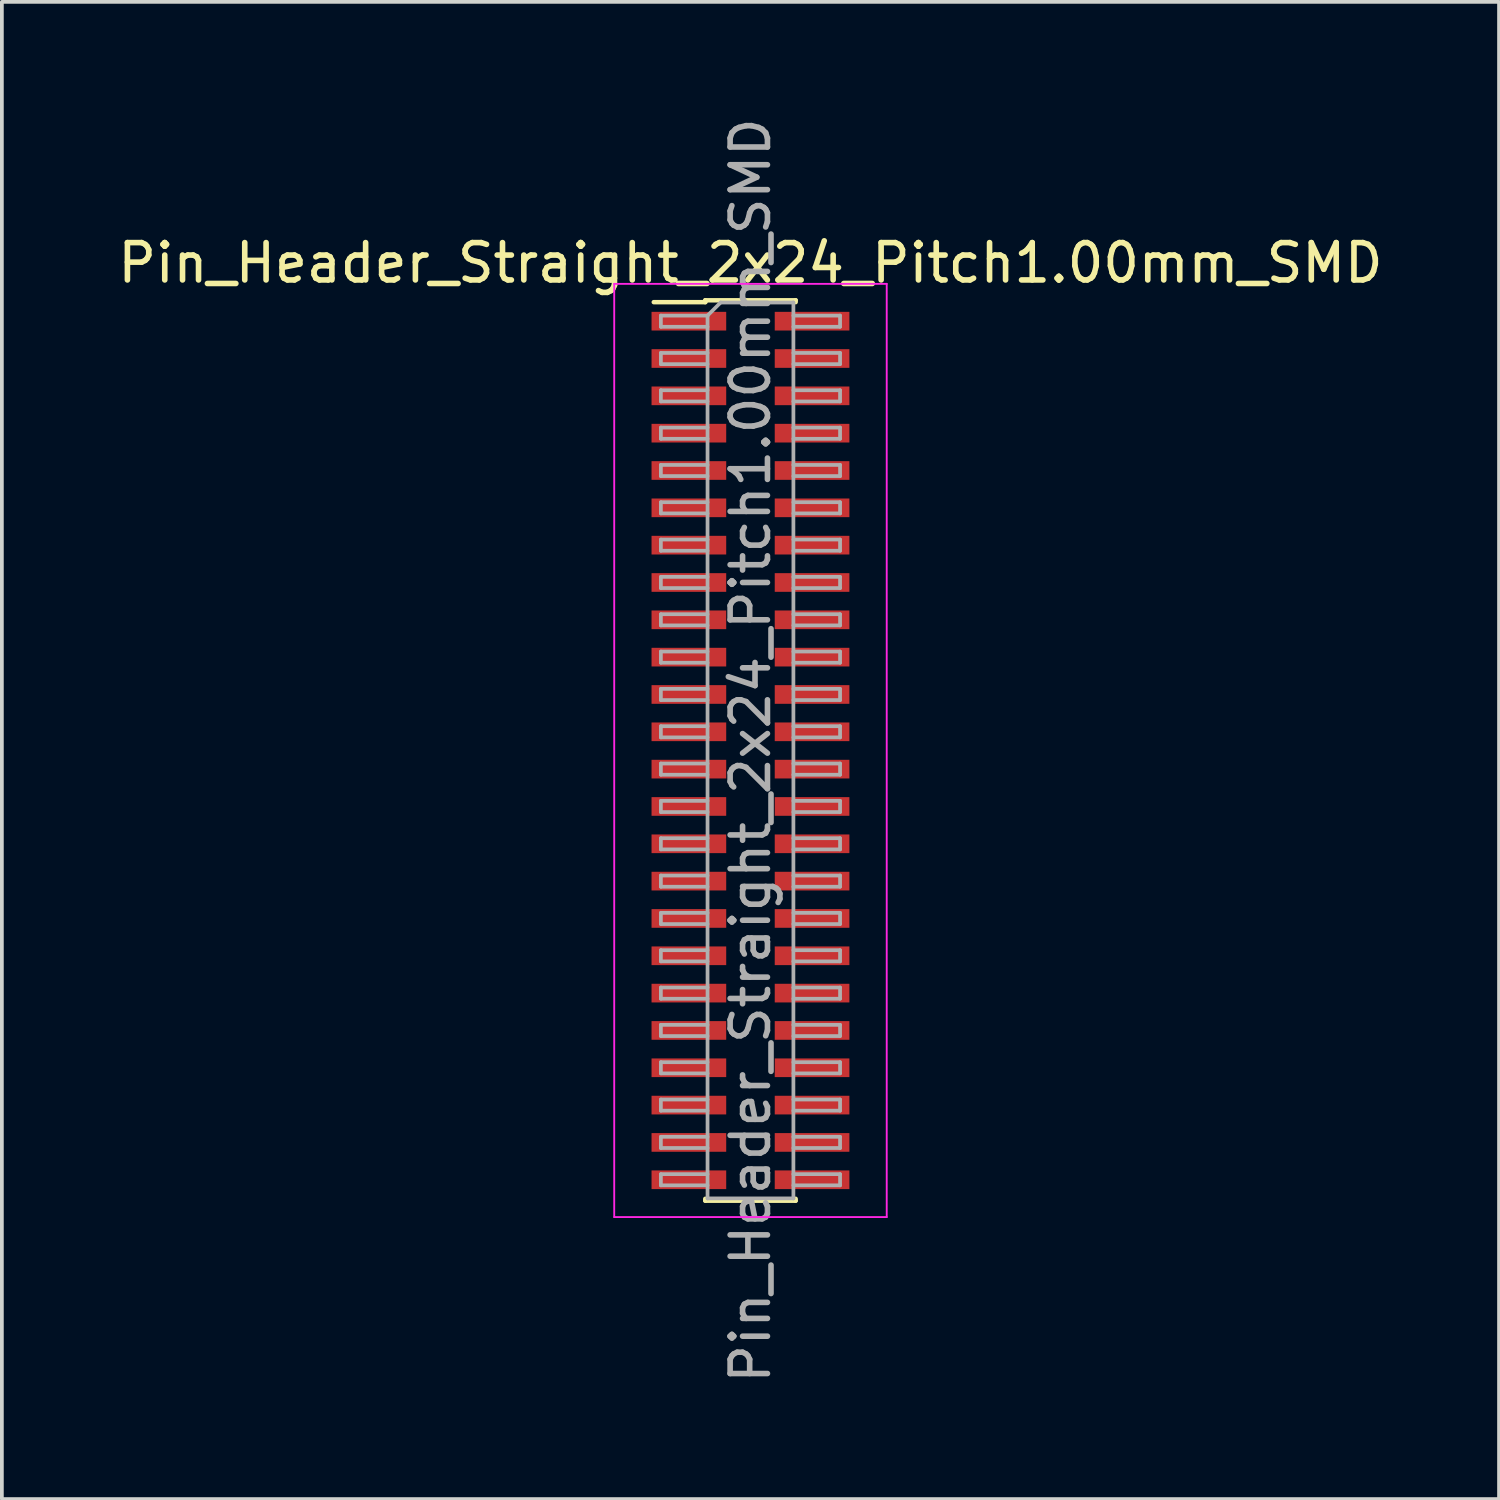
<source format=kicad_pcb>
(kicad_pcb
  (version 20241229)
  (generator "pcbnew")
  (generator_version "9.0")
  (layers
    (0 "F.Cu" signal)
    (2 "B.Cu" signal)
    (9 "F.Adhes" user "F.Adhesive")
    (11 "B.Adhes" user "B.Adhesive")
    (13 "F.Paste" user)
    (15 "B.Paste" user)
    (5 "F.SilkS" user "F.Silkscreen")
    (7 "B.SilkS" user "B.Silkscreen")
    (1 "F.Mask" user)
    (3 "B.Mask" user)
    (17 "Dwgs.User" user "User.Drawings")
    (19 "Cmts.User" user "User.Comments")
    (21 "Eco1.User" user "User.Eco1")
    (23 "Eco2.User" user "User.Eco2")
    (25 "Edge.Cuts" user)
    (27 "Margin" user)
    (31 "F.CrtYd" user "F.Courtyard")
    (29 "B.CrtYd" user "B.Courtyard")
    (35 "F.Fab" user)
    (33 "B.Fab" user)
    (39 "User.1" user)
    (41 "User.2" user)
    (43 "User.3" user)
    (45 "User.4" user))
  (footprint "Pin_Header_Straight_2x24_Pitch1.00mm_SMD"
    (layer "F.Cu")
    (at 17.054 17.054)
    (property "Reference" "Pin_Header_Straight_2x24_Pitch1.00mm_SMD" (at 0 -13.06 0) (layer "F.SilkS") (effects (font (size 1 1) (thickness 0.15))))
    (attr smd)
    (fp_line (start -2.59 -12.01) (end -1.21 -12.01) (stroke (width 0.12) (type solid)) (layer "F.SilkS"))
    (fp_line (start -1.21 -12.06) (end -1.21 -12.01) (stroke (width 0.12) (type solid)) (layer "F.SilkS"))
    (fp_line (start -1.21 -12.06) (end 1.21 -12.06) (stroke (width 0.12) (type solid)) (layer "F.SilkS"))
    (fp_line (start -1.21 12.01) (end -1.21 12.06) (stroke (width 0.12) (type solid)) (layer "F.SilkS"))
    (fp_line (start -1.21 12.06) (end 1.21 12.06) (stroke (width 0.12) (type solid)) (layer "F.SilkS"))
    (fp_line (start 1.21 -12.06) (end 1.21 -12.01) (stroke (width 0.12) (type solid)) (layer "F.SilkS"))
    (fp_line (start 1.21 12.01) (end 1.21 12.06) (stroke (width 0.12) (type solid)) (layer "F.SilkS"))
    (fp_line (start -3.65 -12.5) (end -3.65 12.5) (stroke (width 0.05) (type solid)) (layer "F.CrtYd"))
    (fp_line (start -3.65 12.5) (end 3.65 12.5) (stroke (width 0.05) (type solid)) (layer "F.CrtYd"))
    (fp_line (start 3.65 -12.5) (end -3.65 -12.5) (stroke (width 0.05) (type solid)) (layer "F.CrtYd"))
    (fp_line (start 3.65 12.5) (end 3.65 -12.5) (stroke (width 0.05) (type solid)) (layer "F.CrtYd"))
    (fp_line (start -2.4 -11.65) (end -2.4 -11.35) (stroke (width 0.1) (type solid)) (layer "F.Fab"))
    (fp_line (start -2.4 -11.35) (end -1.15 -11.35) (stroke (width 0.1) (type solid)) (layer "F.Fab"))
    (fp_line (start -2.4 -10.65) (end -2.4 -10.35) (stroke (width 0.1) (type solid)) (layer "F.Fab"))
    (fp_line (start -2.4 -10.35) (end -1.15 -10.35) (stroke (width 0.1) (type solid)) (layer "F.Fab"))
    (fp_line (start -2.4 -9.65) (end -2.4 -9.35) (stroke (width 0.1) (type solid)) (layer "F.Fab"))
    (fp_line (start -2.4 -9.35) (end -1.15 -9.35) (stroke (width 0.1) (type solid)) (layer "F.Fab"))
    (fp_line (start -2.4 -8.65) (end -2.4 -8.35) (stroke (width 0.1) (type solid)) (layer "F.Fab"))
    (fp_line (start -2.4 -8.35) (end -1.15 -8.35) (stroke (width 0.1) (type solid)) (layer "F.Fab"))
    (fp_line (start -2.4 -7.65) (end -2.4 -7.35) (stroke (width 0.1) (type solid)) (layer "F.Fab"))
    (fp_line (start -2.4 -7.35) (end -1.15 -7.35) (stroke (width 0.1) (type solid)) (layer "F.Fab"))
    (fp_line (start -2.4 -6.65) (end -2.4 -6.35) (stroke (width 0.1) (type solid)) (layer "F.Fab"))
    (fp_line (start -2.4 -6.35) (end -1.15 -6.35) (stroke (width 0.1) (type solid)) (layer "F.Fab"))
    (fp_line (start -2.4 -5.65) (end -2.4 -5.35) (stroke (width 0.1) (type solid)) (layer "F.Fab"))
    (fp_line (start -2.4 -5.35) (end -1.15 -5.35) (stroke (width 0.1) (type solid)) (layer "F.Fab"))
    (fp_line (start -2.4 -4.65) (end -2.4 -4.35) (stroke (width 0.1) (type solid)) (layer "F.Fab"))
    (fp_line (start -2.4 -4.35) (end -1.15 -4.35) (stroke (width 0.1) (type solid)) (layer "F.Fab"))
    (fp_line (start -2.4 -3.65) (end -2.4 -3.35) (stroke (width 0.1) (type solid)) (layer "F.Fab"))
    (fp_line (start -2.4 -3.35) (end -1.15 -3.35) (stroke (width 0.1) (type solid)) (layer "F.Fab"))
    (fp_line (start -2.4 -2.65) (end -2.4 -2.35) (stroke (width 0.1) (type solid)) (layer "F.Fab"))
    (fp_line (start -2.4 -2.35) (end -1.15 -2.35) (stroke (width 0.1) (type solid)) (layer "F.Fab"))
    (fp_line (start -2.4 -1.65) (end -2.4 -1.35) (stroke (width 0.1) (type solid)) (layer "F.Fab"))
    (fp_line (start -2.4 -1.35) (end -1.15 -1.35) (stroke (width 0.1) (type solid)) (layer "F.Fab"))
    (fp_line (start -2.4 -0.65) (end -2.4 -0.35) (stroke (width 0.1) (type solid)) (layer "F.Fab"))
    (fp_line (start -2.4 -0.35) (end -1.15 -0.35) (stroke (width 0.1) (type solid)) (layer "F.Fab"))
    (fp_line (start -2.4 0.35) (end -2.4 0.65) (stroke (width 0.1) (type solid)) (layer "F.Fab"))
    (fp_line (start -2.4 0.65) (end -1.15 0.65) (stroke (width 0.1) (type solid)) (layer "F.Fab"))
    (fp_line (start -2.4 1.35) (end -2.4 1.65) (stroke (width 0.1) (type solid)) (layer "F.Fab"))
    (fp_line (start -2.4 1.65) (end -1.15 1.65) (stroke (width 0.1) (type solid)) (layer "F.Fab"))
    (fp_line (start -2.4 2.35) (end -2.4 2.65) (stroke (width 0.1) (type solid)) (layer "F.Fab"))
    (fp_line (start -2.4 2.65) (end -1.15 2.65) (stroke (width 0.1) (type solid)) (layer "F.Fab"))
    (fp_line (start -2.4 3.35) (end -2.4 3.65) (stroke (width 0.1) (type solid)) (layer "F.Fab"))
    (fp_line (start -2.4 3.65) (end -1.15 3.65) (stroke (width 0.1) (type solid)) (layer "F.Fab"))
    (fp_line (start -2.4 4.35) (end -2.4 4.65) (stroke (width 0.1) (type solid)) (layer "F.Fab"))
    (fp_line (start -2.4 4.65) (end -1.15 4.65) (stroke (width 0.1) (type solid)) (layer "F.Fab"))
    (fp_line (start -2.4 5.35) (end -2.4 5.65) (stroke (width 0.1) (type solid)) (layer "F.Fab"))
    (fp_line (start -2.4 5.65) (end -1.15 5.65) (stroke (width 0.1) (type solid)) (layer "F.Fab"))
    (fp_line (start -2.4 6.35) (end -2.4 6.65) (stroke (width 0.1) (type solid)) (layer "F.Fab"))
    (fp_line (start -2.4 6.65) (end -1.15 6.65) (stroke (width 0.1) (type solid)) (layer "F.Fab"))
    (fp_line (start -2.4 7.35) (end -2.4 7.65) (stroke (width 0.1) (type solid)) (layer "F.Fab"))
    (fp_line (start -2.4 7.65) (end -1.15 7.65) (stroke (width 0.1) (type solid)) (layer "F.Fab"))
    (fp_line (start -2.4 8.35) (end -2.4 8.65) (stroke (width 0.1) (type solid)) (layer "F.Fab"))
    (fp_line (start -2.4 8.65) (end -1.15 8.65) (stroke (width 0.1) (type solid)) (layer "F.Fab"))
    (fp_line (start -2.4 9.35) (end -2.4 9.65) (stroke (width 0.1) (type solid)) (layer "F.Fab"))
    (fp_line (start -2.4 9.65) (end -1.15 9.65) (stroke (width 0.1) (type solid)) (layer "F.Fab"))
    (fp_line (start -2.4 10.35) (end -2.4 10.65) (stroke (width 0.1) (type solid)) (layer "F.Fab"))
    (fp_line (start -2.4 10.65) (end -1.15 10.65) (stroke (width 0.1) (type solid)) (layer "F.Fab"))
    (fp_line (start -2.4 11.35) (end -2.4 11.65) (stroke (width 0.1) (type solid)) (layer "F.Fab"))
    (fp_line (start -2.4 11.65) (end -1.15 11.65) (stroke (width 0.1) (type solid)) (layer "F.Fab"))
    (fp_line (start -1.15 -11.65) (end -2.4 -11.65) (stroke (width 0.1) (type solid)) (layer "F.Fab"))
    (fp_line (start -1.15 -11.65) (end -0.8 -12) (stroke (width 0.1) (type solid)) (layer "F.Fab"))
    (fp_line (start -1.15 -10.65) (end -2.4 -10.65) (stroke (width 0.1) (type solid)) (layer "F.Fab"))
    (fp_line (start -1.15 -9.65) (end -2.4 -9.65) (stroke (width 0.1) (type solid)) (layer "F.Fab"))
    (fp_line (start -1.15 -8.65) (end -2.4 -8.65) (stroke (width 0.1) (type solid)) (layer "F.Fab"))
    (fp_line (start -1.15 -7.65) (end -2.4 -7.65) (stroke (width 0.1) (type solid)) (layer "F.Fab"))
    (fp_line (start -1.15 -6.65) (end -2.4 -6.65) (stroke (width 0.1) (type solid)) (layer "F.Fab"))
    (fp_line (start -1.15 -5.65) (end -2.4 -5.65) (stroke (width 0.1) (type solid)) (layer "F.Fab"))
    (fp_line (start -1.15 -4.65) (end -2.4 -4.65) (stroke (width 0.1) (type solid)) (layer "F.Fab"))
    (fp_line (start -1.15 -3.65) (end -2.4 -3.65) (stroke (width 0.1) (type solid)) (layer "F.Fab"))
    (fp_line (start -1.15 -2.65) (end -2.4 -2.65) (stroke (width 0.1) (type solid)) (layer "F.Fab"))
    (fp_line (start -1.15 -1.65) (end -2.4 -1.65) (stroke (width 0.1) (type solid)) (layer "F.Fab"))
    (fp_line (start -1.15 -0.65) (end -2.4 -0.65) (stroke (width 0.1) (type solid)) (layer "F.Fab"))
    (fp_line (start -1.15 0.35) (end -2.4 0.35) (stroke (width 0.1) (type solid)) (layer "F.Fab"))
    (fp_line (start -1.15 1.35) (end -2.4 1.35) (stroke (width 0.1) (type solid)) (layer "F.Fab"))
    (fp_line (start -1.15 2.35) (end -2.4 2.35) (stroke (width 0.1) (type solid)) (layer "F.Fab"))
    (fp_line (start -1.15 3.35) (end -2.4 3.35) (stroke (width 0.1) (type solid)) (layer "F.Fab"))
    (fp_line (start -1.15 4.35) (end -2.4 4.35) (stroke (width 0.1) (type solid)) (layer "F.Fab"))
    (fp_line (start -1.15 5.35) (end -2.4 5.35) (stroke (width 0.1) (type solid)) (layer "F.Fab"))
    (fp_line (start -1.15 6.35) (end -2.4 6.35) (stroke (width 0.1) (type solid)) (layer "F.Fab"))
    (fp_line (start -1.15 7.35) (end -2.4 7.35) (stroke (width 0.1) (type solid)) (layer "F.Fab"))
    (fp_line (start -1.15 8.35) (end -2.4 8.35) (stroke (width 0.1) (type solid)) (layer "F.Fab"))
    (fp_line (start -1.15 9.35) (end -2.4 9.35) (stroke (width 0.1) (type solid)) (layer "F.Fab"))
    (fp_line (start -1.15 10.35) (end -2.4 10.35) (stroke (width 0.1) (type solid)) (layer "F.Fab"))
    (fp_line (start -1.15 11.35) (end -2.4 11.35) (stroke (width 0.1) (type solid)) (layer "F.Fab"))
    (fp_line (start -1.15 12) (end -1.15 -11.65) (stroke (width 0.1) (type solid)) (layer "F.Fab"))
    (fp_line (start -0.8 -12) (end 1.15 -12) (stroke (width 0.1) (type solid)) (layer "F.Fab"))
    (fp_line (start 1.15 -12) (end 1.15 12) (stroke (width 0.1) (type solid)) (layer "F.Fab"))
    (fp_line (start 1.15 -11.65) (end 2.4 -11.65) (stroke (width 0.1) (type solid)) (layer "F.Fab"))
    (fp_line (start 1.15 -10.65) (end 2.4 -10.65) (stroke (width 0.1) (type solid)) (layer "F.Fab"))
    (fp_line (start 1.15 -9.65) (end 2.4 -9.65) (stroke (width 0.1) (type solid)) (layer "F.Fab"))
    (fp_line (start 1.15 -8.65) (end 2.4 -8.65) (stroke (width 0.1) (type solid)) (layer "F.Fab"))
    (fp_line (start 1.15 -7.65) (end 2.4 -7.65) (stroke (width 0.1) (type solid)) (layer "F.Fab"))
    (fp_line (start 1.15 -6.65) (end 2.4 -6.65) (stroke (width 0.1) (type solid)) (layer "F.Fab"))
    (fp_line (start 1.15 -5.65) (end 2.4 -5.65) (stroke (width 0.1) (type solid)) (layer "F.Fab"))
    (fp_line (start 1.15 -4.65) (end 2.4 -4.65) (stroke (width 0.1) (type solid)) (layer "F.Fab"))
    (fp_line (start 1.15 -3.65) (end 2.4 -3.65) (stroke (width 0.1) (type solid)) (layer "F.Fab"))
    (fp_line (start 1.15 -2.65) (end 2.4 -2.65) (stroke (width 0.1) (type solid)) (layer "F.Fab"))
    (fp_line (start 1.15 -1.65) (end 2.4 -1.65) (stroke (width 0.1) (type solid)) (layer "F.Fab"))
    (fp_line (start 1.15 -0.65) (end 2.4 -0.65) (stroke (width 0.1) (type solid)) (layer "F.Fab"))
    (fp_line (start 1.15 0.35) (end 2.4 0.35) (stroke (width 0.1) (type solid)) (layer "F.Fab"))
    (fp_line (start 1.15 1.35) (end 2.4 1.35) (stroke (width 0.1) (type solid)) (layer "F.Fab"))
    (fp_line (start 1.15 2.35) (end 2.4 2.35) (stroke (width 0.1) (type solid)) (layer "F.Fab"))
    (fp_line (start 1.15 3.35) (end 2.4 3.35) (stroke (width 0.1) (type solid)) (layer "F.Fab"))
    (fp_line (start 1.15 4.35) (end 2.4 4.35) (stroke (width 0.1) (type solid)) (layer "F.Fab"))
    (fp_line (start 1.15 5.35) (end 2.4 5.35) (stroke (width 0.1) (type solid)) (layer "F.Fab"))
    (fp_line (start 1.15 6.35) (end 2.4 6.35) (stroke (width 0.1) (type solid)) (layer "F.Fab"))
    (fp_line (start 1.15 7.35) (end 2.4 7.35) (stroke (width 0.1) (type solid)) (layer "F.Fab"))
    (fp_line (start 1.15 8.35) (end 2.4 8.35) (stroke (width 0.1) (type solid)) (layer "F.Fab"))
    (fp_line (start 1.15 9.35) (end 2.4 9.35) (stroke (width 0.1) (type solid)) (layer "F.Fab"))
    (fp_line (start 1.15 10.35) (end 2.4 10.35) (stroke (width 0.1) (type solid)) (layer "F.Fab"))
    (fp_line (start 1.15 11.35) (end 2.4 11.35) (stroke (width 0.1) (type solid)) (layer "F.Fab"))
    (fp_line (start 1.15 12) (end -1.15 12) (stroke (width 0.1) (type solid)) (layer "F.Fab"))
    (fp_line (start 2.4 -11.65) (end 2.4 -11.35) (stroke (width 0.1) (type solid)) (layer "F.Fab"))
    (fp_line (start 2.4 -11.35) (end 1.15 -11.35) (stroke (width 0.1) (type solid)) (layer "F.Fab"))
    (fp_line (start 2.4 -10.65) (end 2.4 -10.35) (stroke (width 0.1) (type solid)) (layer "F.Fab"))
    (fp_line (start 2.4 -10.35) (end 1.15 -10.35) (stroke (width 0.1) (type solid)) (layer "F.Fab"))
    (fp_line (start 2.4 -9.65) (end 2.4 -9.35) (stroke (width 0.1) (type solid)) (layer "F.Fab"))
    (fp_line (start 2.4 -9.35) (end 1.15 -9.35) (stroke (width 0.1) (type solid)) (layer "F.Fab"))
    (fp_line (start 2.4 -8.65) (end 2.4 -8.35) (stroke (width 0.1) (type solid)) (layer "F.Fab"))
    (fp_line (start 2.4 -8.35) (end 1.15 -8.35) (stroke (width 0.1) (type solid)) (layer "F.Fab"))
    (fp_line (start 2.4 -7.65) (end 2.4 -7.35) (stroke (width 0.1) (type solid)) (layer "F.Fab"))
    (fp_line (start 2.4 -7.35) (end 1.15 -7.35) (stroke (width 0.1) (type solid)) (layer "F.Fab"))
    (fp_line (start 2.4 -6.65) (end 2.4 -6.35) (stroke (width 0.1) (type solid)) (layer "F.Fab"))
    (fp_line (start 2.4 -6.35) (end 1.15 -6.35) (stroke (width 0.1) (type solid)) (layer "F.Fab"))
    (fp_line (start 2.4 -5.65) (end 2.4 -5.35) (stroke (width 0.1) (type solid)) (layer "F.Fab"))
    (fp_line (start 2.4 -5.35) (end 1.15 -5.35) (stroke (width 0.1) (type solid)) (layer "F.Fab"))
    (fp_line (start 2.4 -4.65) (end 2.4 -4.35) (stroke (width 0.1) (type solid)) (layer "F.Fab"))
    (fp_line (start 2.4 -4.35) (end 1.15 -4.35) (stroke (width 0.1) (type solid)) (layer "F.Fab"))
    (fp_line (start 2.4 -3.65) (end 2.4 -3.35) (stroke (width 0.1) (type solid)) (layer "F.Fab"))
    (fp_line (start 2.4 -3.35) (end 1.15 -3.35) (stroke (width 0.1) (type solid)) (layer "F.Fab"))
    (fp_line (start 2.4 -2.65) (end 2.4 -2.35) (stroke (width 0.1) (type solid)) (layer "F.Fab"))
    (fp_line (start 2.4 -2.35) (end 1.15 -2.35) (stroke (width 0.1) (type solid)) (layer "F.Fab"))
    (fp_line (start 2.4 -1.65) (end 2.4 -1.35) (stroke (width 0.1) (type solid)) (layer "F.Fab"))
    (fp_line (start 2.4 -1.35) (end 1.15 -1.35) (stroke (width 0.1) (type solid)) (layer "F.Fab"))
    (fp_line (start 2.4 -0.65) (end 2.4 -0.35) (stroke (width 0.1) (type solid)) (layer "F.Fab"))
    (fp_line (start 2.4 -0.35) (end 1.15 -0.35) (stroke (width 0.1) (type solid)) (layer "F.Fab"))
    (fp_line (start 2.4 0.35) (end 2.4 0.65) (stroke (width 0.1) (type solid)) (layer "F.Fab"))
    (fp_line (start 2.4 0.65) (end 1.15 0.65) (stroke (width 0.1) (type solid)) (layer "F.Fab"))
    (fp_line (start 2.4 1.35) (end 2.4 1.65) (stroke (width 0.1) (type solid)) (layer "F.Fab"))
    (fp_line (start 2.4 1.65) (end 1.15 1.65) (stroke (width 0.1) (type solid)) (layer "F.Fab"))
    (fp_line (start 2.4 2.35) (end 2.4 2.65) (stroke (width 0.1) (type solid)) (layer "F.Fab"))
    (fp_line (start 2.4 2.65) (end 1.15 2.65) (stroke (width 0.1) (type solid)) (layer "F.Fab"))
    (fp_line (start 2.4 3.35) (end 2.4 3.65) (stroke (width 0.1) (type solid)) (layer "F.Fab"))
    (fp_line (start 2.4 3.65) (end 1.15 3.65) (stroke (width 0.1) (type solid)) (layer "F.Fab"))
    (fp_line (start 2.4 4.35) (end 2.4 4.65) (stroke (width 0.1) (type solid)) (layer "F.Fab"))
    (fp_line (start 2.4 4.65) (end 1.15 4.65) (stroke (width 0.1) (type solid)) (layer "F.Fab"))
    (fp_line (start 2.4 5.35) (end 2.4 5.65) (stroke (width 0.1) (type solid)) (layer "F.Fab"))
    (fp_line (start 2.4 5.65) (end 1.15 5.65) (stroke (width 0.1) (type solid)) (layer "F.Fab"))
    (fp_line (start 2.4 6.35) (end 2.4 6.65) (stroke (width 0.1) (type solid)) (layer "F.Fab"))
    (fp_line (start 2.4 6.65) (end 1.15 6.65) (stroke (width 0.1) (type solid)) (layer "F.Fab"))
    (fp_line (start 2.4 7.35) (end 2.4 7.65) (stroke (width 0.1) (type solid)) (layer "F.Fab"))
    (fp_line (start 2.4 7.65) (end 1.15 7.65) (stroke (width 0.1) (type solid)) (layer "F.Fab"))
    (fp_line (start 2.4 8.35) (end 2.4 8.65) (stroke (width 0.1) (type solid)) (layer "F.Fab"))
    (fp_line (start 2.4 8.65) (end 1.15 8.65) (stroke (width 0.1) (type solid)) (layer "F.Fab"))
    (fp_line (start 2.4 9.35) (end 2.4 9.65) (stroke (width 0.1) (type solid)) (layer "F.Fab"))
    (fp_line (start 2.4 9.65) (end 1.15 9.65) (stroke (width 0.1) (type solid)) (layer "F.Fab"))
    (fp_line (start 2.4 10.35) (end 2.4 10.65) (stroke (width 0.1) (type solid)) (layer "F.Fab"))
    (fp_line (start 2.4 10.65) (end 1.15 10.65) (stroke (width 0.1) (type solid)) (layer "F.Fab"))
    (fp_line (start 2.4 11.35) (end 2.4 11.65) (stroke (width 0.1) (type solid)) (layer "F.Fab"))
    (fp_line (start 2.4 11.65) (end 1.15 11.65) (stroke (width 0.1) (type solid)) (layer "F.Fab"))
    (fp_text user "${REFERENCE}" (at 0 0 90) (layer "F.Fab") (effects (font (size 1 1) (thickness 0.15))))
    (pad "1" smd rect (at -1.65 -11.5) (size 2 0.5) (layers "F.Cu" "F.Mask" "F.Paste"))
    (pad "2" smd rect (at 1.65 -11.5) (size 2 0.5) (layers "F.Cu" "F.Mask" "F.Paste"))
    (pad "3" smd rect (at -1.65 -10.5) (size 2 0.5) (layers "F.Cu" "F.Mask" "F.Paste"))
    (pad "4" smd rect (at 1.65 -10.5) (size 2 0.5) (layers "F.Cu" "F.Mask" "F.Paste"))
    (pad "5" smd rect (at -1.65 -9.5) (size 2 0.5) (layers "F.Cu" "F.Mask" "F.Paste"))
    (pad "6" smd rect (at 1.65 -9.5) (size 2 0.5) (layers "F.Cu" "F.Mask" "F.Paste"))
    (pad "7" smd rect (at -1.65 -8.5) (size 2 0.5) (layers "F.Cu" "F.Mask" "F.Paste"))
    (pad "8" smd rect (at 1.65 -8.5) (size 2 0.5) (layers "F.Cu" "F.Mask" "F.Paste"))
    (pad "9" smd rect (at -1.65 -7.5) (size 2 0.5) (layers "F.Cu" "F.Mask" "F.Paste"))
    (pad "10" smd rect (at 1.65 -7.5) (size 2 0.5) (layers "F.Cu" "F.Mask" "F.Paste"))
    (pad "11" smd rect (at -1.65 -6.5) (size 2 0.5) (layers "F.Cu" "F.Mask" "F.Paste"))
    (pad "12" smd rect (at 1.65 -6.5) (size 2 0.5) (layers "F.Cu" "F.Mask" "F.Paste"))
    (pad "13" smd rect (at -1.65 -5.5) (size 2 0.5) (layers "F.Cu" "F.Mask" "F.Paste"))
    (pad "14" smd rect (at 1.65 -5.5) (size 2 0.5) (layers "F.Cu" "F.Mask" "F.Paste"))
    (pad "15" smd rect (at -1.65 -4.5) (size 2 0.5) (layers "F.Cu" "F.Mask" "F.Paste"))
    (pad "16" smd rect (at 1.65 -4.5) (size 2 0.5) (layers "F.Cu" "F.Mask" "F.Paste"))
    (pad "17" smd rect (at -1.65 -3.5) (size 2 0.5) (layers "F.Cu" "F.Mask" "F.Paste"))
    (pad "18" smd rect (at 1.65 -3.5) (size 2 0.5) (layers "F.Cu" "F.Mask" "F.Paste"))
    (pad "19" smd rect (at -1.65 -2.5) (size 2 0.5) (layers "F.Cu" "F.Mask" "F.Paste"))
    (pad "20" smd rect (at 1.65 -2.5) (size 2 0.5) (layers "F.Cu" "F.Mask" "F.Paste"))
    (pad "21" smd rect (at -1.65 -1.5) (size 2 0.5) (layers "F.Cu" "F.Mask" "F.Paste"))
    (pad "22" smd rect (at 1.65 -1.5) (size 2 0.5) (layers "F.Cu" "F.Mask" "F.Paste"))
    (pad "23" smd rect (at -1.65 -0.5) (size 2 0.5) (layers "F.Cu" "F.Mask" "F.Paste"))
    (pad "24" smd rect (at 1.65 -0.5) (size 2 0.5) (layers "F.Cu" "F.Mask" "F.Paste"))
    (pad "25" smd rect (at -1.65 0.5) (size 2 0.5) (layers "F.Cu" "F.Mask" "F.Paste"))
    (pad "26" smd rect (at 1.65 0.5) (size 2 0.5) (layers "F.Cu" "F.Mask" "F.Paste"))
    (pad "27" smd rect (at -1.65 1.5) (size 2 0.5) (layers "F.Cu" "F.Mask" "F.Paste"))
    (pad "28" smd rect (at 1.65 1.5) (size 2 0.5) (layers "F.Cu" "F.Mask" "F.Paste"))
    (pad "29" smd rect (at -1.65 2.5) (size 2 0.5) (layers "F.Cu" "F.Mask" "F.Paste"))
    (pad "30" smd rect (at 1.65 2.5) (size 2 0.5) (layers "F.Cu" "F.Mask" "F.Paste"))
    (pad "31" smd rect (at -1.65 3.5) (size 2 0.5) (layers "F.Cu" "F.Mask" "F.Paste"))
    (pad "32" smd rect (at 1.65 3.5) (size 2 0.5) (layers "F.Cu" "F.Mask" "F.Paste"))
    (pad "33" smd rect (at -1.65 4.5) (size 2 0.5) (layers "F.Cu" "F.Mask" "F.Paste"))
    (pad "34" smd rect (at 1.65 4.5) (size 2 0.5) (layers "F.Cu" "F.Mask" "F.Paste"))
    (pad "35" smd rect (at -1.65 5.5) (size 2 0.5) (layers "F.Cu" "F.Mask" "F.Paste"))
    (pad "36" smd rect (at 1.65 5.5) (size 2 0.5) (layers "F.Cu" "F.Mask" "F.Paste"))
    (pad "37" smd rect (at -1.65 6.5) (size 2 0.5) (layers "F.Cu" "F.Mask" "F.Paste"))
    (pad "38" smd rect (at 1.65 6.5) (size 2 0.5) (layers "F.Cu" "F.Mask" "F.Paste"))
    (pad "39" smd rect (at -1.65 7.5) (size 2 0.5) (layers "F.Cu" "F.Mask" "F.Paste"))
    (pad "40" smd rect (at 1.65 7.5) (size 2 0.5) (layers "F.Cu" "F.Mask" "F.Paste"))
    (pad "41" smd rect (at -1.65 8.5) (size 2 0.5) (layers "F.Cu" "F.Mask" "F.Paste"))
    (pad "42" smd rect (at 1.65 8.5) (size 2 0.5) (layers "F.Cu" "F.Mask" "F.Paste"))
    (pad "43" smd rect (at -1.65 9.5) (size 2 0.5) (layers "F.Cu" "F.Mask" "F.Paste"))
    (pad "44" smd rect (at 1.65 9.5) (size 2 0.5) (layers "F.Cu" "F.Mask" "F.Paste"))
    (pad "45" smd rect (at -1.65 10.5) (size 2 0.5) (layers "F.Cu" "F.Mask" "F.Paste"))
    (pad "46" smd rect (at 1.65 10.5) (size 2 0.5) (layers "F.Cu" "F.Mask" "F.Paste"))
    (pad "47" smd rect (at -1.65 11.5) (size 2 0.5) (layers "F.Cu" "F.Mask" "F.Paste"))
    (pad "48" smd rect (at 1.65 11.5) (size 2 0.5) (layers "F.Cu" "F.Mask" "F.Paste")))
  (gr_rect
    (start -3 -3)
    (end 37.107 37.107)
    (stroke (width 0.1) (type default))
    (fill no)
    (layer "Edge.Cuts")))
</source>
